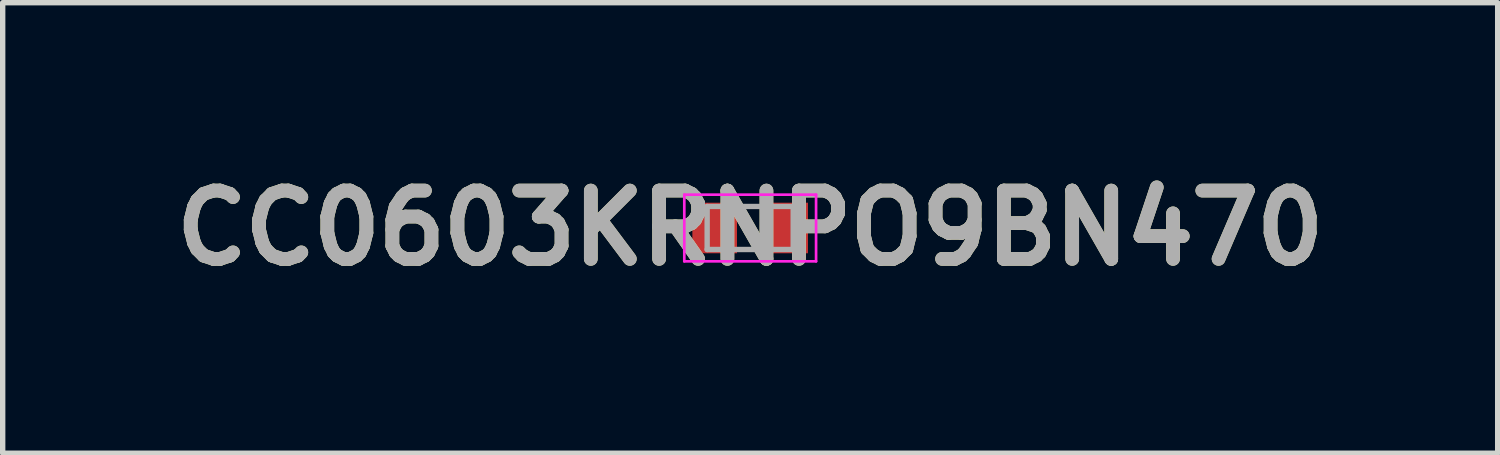
<source format=kicad_pcb>
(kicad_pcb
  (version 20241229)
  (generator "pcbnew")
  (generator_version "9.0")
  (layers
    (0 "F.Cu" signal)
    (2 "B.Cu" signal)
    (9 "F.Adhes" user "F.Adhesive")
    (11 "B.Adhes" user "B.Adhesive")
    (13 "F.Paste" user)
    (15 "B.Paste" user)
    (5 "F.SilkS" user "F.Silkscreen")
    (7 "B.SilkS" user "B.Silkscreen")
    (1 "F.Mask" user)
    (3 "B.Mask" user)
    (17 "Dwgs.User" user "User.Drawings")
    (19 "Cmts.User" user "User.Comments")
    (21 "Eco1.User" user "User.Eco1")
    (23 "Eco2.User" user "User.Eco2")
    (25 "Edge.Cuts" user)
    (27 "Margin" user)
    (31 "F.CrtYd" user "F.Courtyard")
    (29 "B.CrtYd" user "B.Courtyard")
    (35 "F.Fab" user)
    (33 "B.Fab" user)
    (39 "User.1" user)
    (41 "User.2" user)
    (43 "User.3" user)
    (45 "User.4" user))
  (footprint "CC0603KRNPO9BN470"
    (layer "F.Cu")
    (at 10.898 1.189)
    (property "Reference" "CC0603KRNPO9BN470" (at 0 0 0) (layer "F.SilkS") (effects (font (size 1.27 1.27) (thickness 0.254))))
    (attr smd)
    (fp_line (start -1.225 -0.62) (end 1.225 -0.62) (stroke (width 0.05) (type solid)) (layer "F.CrtYd"))
    (fp_line (start -1.225 0.62) (end -1.225 -0.62) (stroke (width 0.05) (type solid)) (layer "F.CrtYd"))
    (fp_line (start 1.225 -0.62) (end 1.225 0.62) (stroke (width 0.05) (type solid)) (layer "F.CrtYd"))
    (fp_line (start 1.225 0.62) (end -1.225 0.62) (stroke (width 0.05) (type solid)) (layer "F.CrtYd"))
    (fp_line (start -0.8 -0.4) (end 0.8 -0.4) (stroke (width 0.1) (type solid)) (layer "F.Fab"))
    (fp_line (start -0.8 0.4) (end -0.8 -0.4) (stroke (width 0.1) (type solid)) (layer "F.Fab"))
    (fp_line (start 0.8 -0.4) (end 0.8 0.4) (stroke (width 0.1) (type solid)) (layer "F.Fab"))
    (fp_line (start 0.8 0.4) (end -0.8 0.4) (stroke (width 0.1) (type solid)) (layer "F.Fab"))
    (fp_text user "${REFERENCE}" (at 0 0 0) (layer "F.Fab") (effects (font (size 1.27 1.27) (thickness 0.254))))
    (pad "1" smd rect (at -0.66 0) (size 0.83 0.94) (layers "F.Cu" "F.Mask" "F.Paste"))
    (pad "2" smd rect (at 0.66 0) (size 0.83 0.94) (layers "F.Cu" "F.Mask" "F.Paste")))
  (gr_rect
    (start -3 -3)
    (end 24.796 5.377)
    (stroke (width 0.1) (type default))
    (fill no)
    (layer "Edge.Cuts")))
</source>
